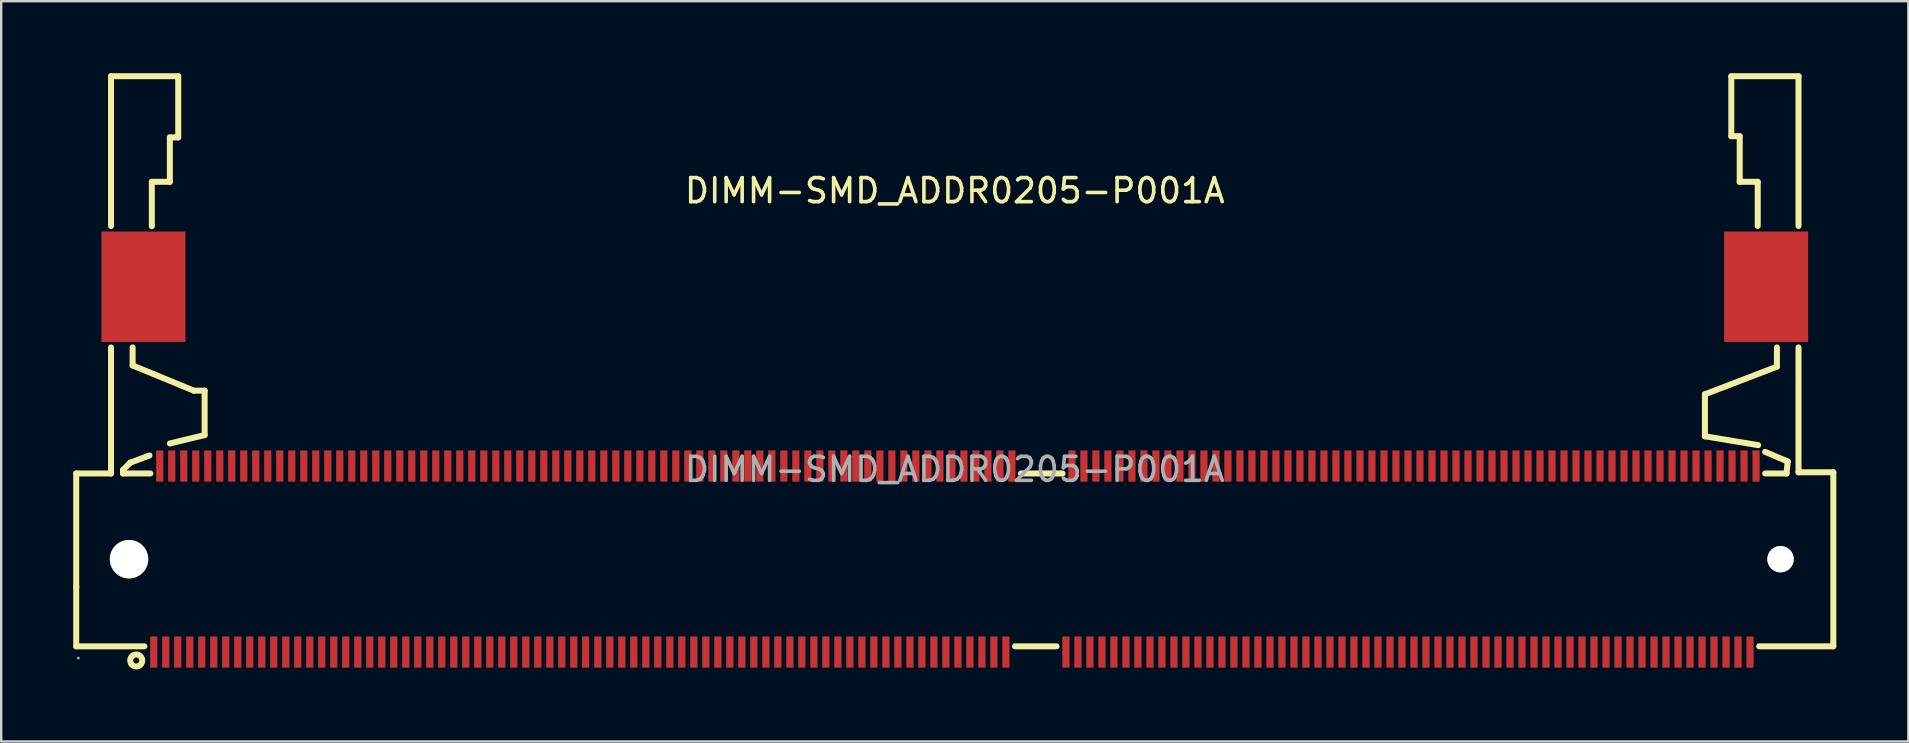
<source format=kicad_pcb>
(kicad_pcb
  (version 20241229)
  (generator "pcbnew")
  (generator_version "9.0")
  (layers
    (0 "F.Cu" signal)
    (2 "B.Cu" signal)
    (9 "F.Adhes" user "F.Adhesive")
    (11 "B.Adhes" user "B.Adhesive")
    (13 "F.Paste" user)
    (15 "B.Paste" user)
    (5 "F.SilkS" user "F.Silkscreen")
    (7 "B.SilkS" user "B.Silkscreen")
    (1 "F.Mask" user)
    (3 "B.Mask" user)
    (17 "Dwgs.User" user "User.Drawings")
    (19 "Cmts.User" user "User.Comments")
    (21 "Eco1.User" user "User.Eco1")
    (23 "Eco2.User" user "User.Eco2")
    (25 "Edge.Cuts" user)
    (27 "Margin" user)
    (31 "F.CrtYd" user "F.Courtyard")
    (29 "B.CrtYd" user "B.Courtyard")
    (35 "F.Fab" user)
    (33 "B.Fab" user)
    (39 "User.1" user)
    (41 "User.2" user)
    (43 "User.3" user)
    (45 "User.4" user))
  (footprint "DIMM-SMD_ADDR0205-P001A"
    (layer "F.Cu")
    (at 36.725 16.505)
    (property "Reference" "DIMM-SMD_ADDR0205-P001A" (at 0 -11.61 0) (layer "F.SilkS") (effects (font (size 1 1) (thickness 0.15))))
    (attr smd)
    (fp_line (start -36.6 0.17) (end -36.6 4.92) (stroke (width 0.25) (type solid)) (layer "F.SilkS"))
    (fp_line (start -36.6 4.87) (end -36.6 7.37) (stroke (width 0.25) (type solid)) (layer "F.SilkS"))
    (fp_line (start -36.6 7.37) (end -33.76 7.37) (stroke (width 0.25) (type solid)) (layer "F.SilkS"))
    (fp_line (start -35.15 -16.38) (end -35.15 -10.14) (stroke (width 0.25) (type solid)) (layer "F.SilkS"))
    (fp_line (start -35.15 -5.08) (end -35.15 0.17) (stroke (width 0.25) (type solid)) (layer "F.SilkS"))
    (fp_line (start -35.15 0.17) (end -36.6 0.17) (stroke (width 0.25) (type solid)) (layer "F.SilkS"))
    (fp_line (start -34.65 0.02) (end -34.35 -0.28) (stroke (width 0.25) (type solid)) (layer "F.SilkS"))
    (fp_line (start -34.65 0.17) (end -34.65 0.02) (stroke (width 0.25) (type solid)) (layer "F.SilkS"))
    (fp_line (start -34.35 -0.28) (end -33.55 -0.58) (stroke (width 0.25) (type solid)) (layer "F.SilkS"))
    (fp_line (start -34.25 -4.33) (end -34.25 -5.08) (stroke (width 0.25) (type solid)) (layer "F.SilkS"))
    (fp_line (start -33.51 0.17) (end -34.65 0.17) (stroke (width 0.25) (type solid)) (layer "F.SilkS"))
    (fp_line (start -33.45 -11.98) (end -32.7 -11.98) (stroke (width 0.25) (type solid)) (layer "F.SilkS"))
    (fp_line (start -33.45 -10.13) (end -33.45 -11.98) (stroke (width 0.25) (type solid)) (layer "F.SilkS"))
    (fp_line (start -32.7 -13.83) (end -32.35 -13.83) (stroke (width 0.25) (type solid)) (layer "F.SilkS"))
    (fp_line (start -32.7 -11.98) (end -32.7 -13.83) (stroke (width 0.25) (type solid)) (layer "F.SilkS"))
    (fp_line (start -32.7 -1.08) (end -31.25 -1.43) (stroke (width 0.25) (type solid)) (layer "F.SilkS"))
    (fp_line (start -32.35 -16.38) (end -35.15 -16.38) (stroke (width 0.25) (type solid)) (layer "F.SilkS"))
    (fp_line (start -32.35 -13.83) (end -32.35 -16.38) (stroke (width 0.25) (type solid)) (layer "F.SilkS"))
    (fp_line (start -31.7 -3.28) (end -34.25 -4.33) (stroke (width 0.25) (type solid)) (layer "F.SilkS"))
    (fp_line (start -31.25 -3.28) (end -31.7 -3.28) (stroke (width 0.25) (type solid)) (layer "F.SilkS"))
    (fp_line (start -31.25 -1.43) (end -31.25 -3.28) (stroke (width 0.25) (type solid)) (layer "F.SilkS"))
    (fp_line (start 2.51 7.37) (end 4.24 7.37) (stroke (width 0.25) (type solid)) (layer "F.SilkS"))
    (fp_line (start 4.49 0.17) (end 2.76 0.17) (stroke (width 0.25) (type solid)) (layer "F.SilkS"))
    (fp_line (start 31.25 -3.13) (end 31.25 -1.38) (stroke (width 0.25) (type solid)) (layer "F.SilkS"))
    (fp_line (start 31.25 -1.38) (end 33.47 -1.01) (stroke (width 0.25) (type solid)) (layer "F.SilkS"))
    (fp_line (start 32.35 -16.38) (end 32.35 -13.88) (stroke (width 0.25) (type solid)) (layer "F.SilkS"))
    (fp_line (start 32.35 -13.88) (end 32.7 -13.88) (stroke (width 0.25) (type solid)) (layer "F.SilkS"))
    (fp_line (start 32.7 -13.88) (end 32.7 -11.98) (stroke (width 0.25) (type solid)) (layer "F.SilkS"))
    (fp_line (start 32.7 -11.98) (end 33.45 -11.98) (stroke (width 0.25) (type solid)) (layer "F.SilkS"))
    (fp_line (start 33.45 -11.98) (end 33.45 -10.14) (stroke (width 0.25) (type solid)) (layer "F.SilkS"))
    (fp_line (start 33.51 7.37) (end 36.6 7.37) (stroke (width 0.25) (type solid)) (layer "F.SilkS"))
    (fp_line (start 33.76 -0.73) (end 34.7 -0.33) (stroke (width 0.25) (type solid)) (layer "F.SilkS"))
    (fp_line (start 34.25 -5.08) (end 34.25 -4.28) (stroke (width 0.25) (type solid)) (layer "F.SilkS"))
    (fp_line (start 34.25 -4.28) (end 31.25 -3.13) (stroke (width 0.25) (type solid)) (layer "F.SilkS"))
    (fp_line (start 34.65 0.17) (end 33.76 0.17) (stroke (width 0.25) (type solid)) (layer "F.SilkS"))
    (fp_line (start 34.7 -0.33) (end 34.65 0.17) (stroke (width 0.25) (type solid)) (layer "F.SilkS"))
    (fp_line (start 35.15 -16.38) (end 32.35 -16.38) (stroke (width 0.25) (type solid)) (layer "F.SilkS"))
    (fp_line (start 35.15 -10.14) (end 35.15 -16.38) (stroke (width 0.25) (type solid)) (layer "F.SilkS"))
    (fp_line (start 35.15 0.12) (end 35.15 -5.08) (stroke (width 0.25) (type solid)) (layer "F.SilkS"))
    (fp_line (start 36.6 0.12) (end 35.15 0.12) (stroke (width 0.25) (type solid)) (layer "F.SilkS"))
    (fp_line (start 36.6 7.37) (end 36.6 0.12) (stroke (width 0.25) (type solid)) (layer "F.SilkS"))
    (fp_circle (center -34.1 7.96) (end -33.85 7.96) (stroke (width 0.25) (type solid)) (fill no) (layer "F.SilkS"))
    (fp_circle (center -34.4 3.74) (end -34.1 3.74) (stroke (width 0.6) (type solid)) (fill no) (layer "Cmts.User"))
    (fp_circle (center 34.4 3.74) (end 34.6 3.74) (stroke (width 0.4) (type solid)) (fill no) (layer "Cmts.User"))
    (fp_circle (center -36.51 7.86) (end -36.48 7.86) (stroke (width 0.06) (type solid)) (fill no) (layer "F.Fab"))
    (fp_text user "${REFERENCE}" (at 0 0 0) (layer "F.Fab") (effects (font (size 1 1) (thickness 0.15))))
    (pad "" thru_hole circle (at -34.4 3.74) (size 1.6 1.6) (drill 1.6) (layers "*.Cu" "*.Mask"))
    (pad "" thru_hole circle (at 34.4 3.74) (size 1.1 1.1) (drill 1.1) (layers "*.Cu" "*.Mask"))
    (pad "1" smd rect (at -33.37 7.61) (size 0.3 1.3) (layers "F.Cu" "F.Mask" "F.Paste"))
    (pad "2" smd rect (at -33.12 -0.14) (size 0.3 1.3) (layers "F.Cu" "F.Mask" "F.Paste"))
    (pad "3" smd rect (at -32.87 7.61) (size 0.3 1.3) (layers "F.Cu" "F.Mask" "F.Paste"))
    (pad "4" smd rect (at -32.62 -0.14) (size 0.3 1.3) (layers "F.Cu" "F.Mask" "F.Paste"))
    (pad "5" smd rect (at -32.37 7.61) (size 0.3 1.3) (layers "F.Cu" "F.Mask" "F.Paste"))
    (pad "6" smd rect (at -32.12 -0.14) (size 0.3 1.3) (layers "F.Cu" "F.Mask" "F.Paste"))
    (pad "7" smd rect (at -31.87 7.61) (size 0.3 1.3) (layers "F.Cu" "F.Mask" "F.Paste"))
    (pad "8" smd rect (at -31.62 -0.14) (size 0.3 1.3) (layers "F.Cu" "F.Mask" "F.Paste"))
    (pad "9" smd rect (at -31.37 7.61) (size 0.3 1.3) (layers "F.Cu" "F.Mask" "F.Paste"))
    (pad "10" smd rect (at -31.12 -0.14) (size 0.3 1.3) (layers "F.Cu" "F.Mask" "F.Paste"))
    (pad "11" smd rect (at -30.87 7.61) (size 0.3 1.3) (layers "F.Cu" "F.Mask" "F.Paste"))
    (pad "12" smd rect (at -30.62 -0.14) (size 0.3 1.3) (layers "F.Cu" "F.Mask" "F.Paste"))
    (pad "13" smd rect (at -30.37 7.61) (size 0.3 1.3) (layers "F.Cu" "F.Mask" "F.Paste"))
    (pad "14" smd rect (at -30.12 -0.14) (size 0.3 1.3) (layers "F.Cu" "F.Mask" "F.Paste"))
    (pad "15" smd rect (at -29.87 7.61) (size 0.3 1.3) (layers "F.Cu" "F.Mask" "F.Paste"))
    (pad "16" smd rect (at -29.62 -0.14) (size 0.3 1.3) (layers "F.Cu" "F.Mask" "F.Paste"))
    (pad "17" smd rect (at -29.37 7.61) (size 0.3 1.3) (layers "F.Cu" "F.Mask" "F.Paste"))
    (pad "18" smd rect (at -29.12 -0.14) (size 0.3 1.3) (layers "F.Cu" "F.Mask" "F.Paste"))
    (pad "19" smd rect (at -28.87 7.61) (size 0.3 1.3) (layers "F.Cu" "F.Mask" "F.Paste"))
    (pad "20" smd rect (at -28.62 -0.14) (size 0.3 1.3) (layers "F.Cu" "F.Mask" "F.Paste"))
    (pad "21" smd rect (at -28.37 7.61) (size 0.3 1.3) (layers "F.Cu" "F.Mask" "F.Paste"))
    (pad "22" smd rect (at -28.12 -0.14) (size 0.3 1.3) (layers "F.Cu" "F.Mask" "F.Paste"))
    (pad "23" smd rect (at -27.87 7.61) (size 0.3 1.3) (layers "F.Cu" "F.Mask" "F.Paste"))
    (pad "24" smd rect (at -27.62 -0.14) (size 0.3 1.3) (layers "F.Cu" "F.Mask" "F.Paste"))
    (pad "25" smd rect (at -27.37 7.61) (size 0.3 1.3) (layers "F.Cu" "F.Mask" "F.Paste"))
    (pad "26" smd rect (at -27.12 -0.14) (size 0.3 1.3) (layers "F.Cu" "F.Mask" "F.Paste"))
    (pad "27" smd rect (at -26.87 7.61) (size 0.3 1.3) (layers "F.Cu" "F.Mask" "F.Paste"))
    (pad "28" smd rect (at -26.62 -0.14) (size 0.3 1.3) (layers "F.Cu" "F.Mask" "F.Paste"))
    (pad "29" smd rect (at -26.37 7.61) (size 0.3 1.3) (layers "F.Cu" "F.Mask" "F.Paste"))
    (pad "30" smd rect (at -26.12 -0.14) (size 0.3 1.3) (layers "F.Cu" "F.Mask" "F.Paste"))
    (pad "31" smd rect (at -25.87 7.61) (size 0.3 1.3) (layers "F.Cu" "F.Mask" "F.Paste"))
    (pad "32" smd rect (at -25.62 -0.14) (size 0.3 1.3) (layers "F.Cu" "F.Mask" "F.Paste"))
    (pad "33" smd rect (at -25.37 7.61) (size 0.3 1.3) (layers "F.Cu" "F.Mask" "F.Paste"))
    (pad "34" smd rect (at -25.12 -0.14) (size 0.3 1.3) (layers "F.Cu" "F.Mask" "F.Paste"))
    (pad "35" smd rect (at -24.87 7.61) (size 0.3 1.3) (layers "F.Cu" "F.Mask" "F.Paste"))
    (pad "36" smd rect (at -24.62 -0.14) (size 0.3 1.3) (layers "F.Cu" "F.Mask" "F.Paste"))
    (pad "37" smd rect (at -24.37 7.61) (size 0.3 1.3) (layers "F.Cu" "F.Mask" "F.Paste"))
    (pad "38" smd rect (at -24.12 -0.14) (size 0.3 1.3) (layers "F.Cu" "F.Mask" "F.Paste"))
    (pad "39" smd rect (at -23.87 7.61) (size 0.3 1.3) (layers "F.Cu" "F.Mask" "F.Paste"))
    (pad "40" smd rect (at -23.62 -0.14) (size 0.3 1.3) (layers "F.Cu" "F.Mask" "F.Paste"))
    (pad "41" smd rect (at -23.37 7.61) (size 0.3 1.3) (layers "F.Cu" "F.Mask" "F.Paste"))
    (pad "42" smd rect (at -23.12 -0.14) (size 0.3 1.3) (layers "F.Cu" "F.Mask" "F.Paste"))
    (pad "43" smd rect (at -22.87 7.61) (size 0.3 1.3) (layers "F.Cu" "F.Mask" "F.Paste"))
    (pad "44" smd rect (at -22.62 -0.14) (size 0.3 1.3) (layers "F.Cu" "F.Mask" "F.Paste"))
    (pad "45" smd rect (at -22.37 7.61) (size 0.3 1.3) (layers "F.Cu" "F.Mask" "F.Paste"))
    (pad "46" smd rect (at -22.12 -0.14) (size 0.3 1.3) (layers "F.Cu" "F.Mask" "F.Paste"))
    (pad "47" smd rect (at -21.87 7.61) (size 0.3 1.3) (layers "F.Cu" "F.Mask" "F.Paste"))
    (pad "48" smd rect (at -21.62 -0.14) (size 0.3 1.3) (layers "F.Cu" "F.Mask" "F.Paste"))
    (pad "49" smd rect (at -21.37 7.61) (size 0.3 1.3) (layers "F.Cu" "F.Mask" "F.Paste"))
    (pad "50" smd rect (at -21.12 -0.14) (size 0.3 1.3) (layers "F.Cu" "F.Mask" "F.Paste"))
    (pad "51" smd rect (at -20.87 7.61) (size 0.3 1.3) (layers "F.Cu" "F.Mask" "F.Paste"))
    (pad "52" smd rect (at -20.62 -0.14) (size 0.3 1.3) (layers "F.Cu" "F.Mask" "F.Paste"))
    (pad "53" smd rect (at -20.37 7.61) (size 0.3 1.3) (layers "F.Cu" "F.Mask" "F.Paste"))
    (pad "54" smd rect (at -20.12 -0.14) (size 0.3 1.3) (layers "F.Cu" "F.Mask" "F.Paste"))
    (pad "55" smd rect (at -19.87 7.61) (size 0.3 1.3) (layers "F.Cu" "F.Mask" "F.Paste"))
    (pad "56" smd rect (at -19.62 -0.14) (size 0.3 1.3) (layers "F.Cu" "F.Mask" "F.Paste"))
    (pad "57" smd rect (at -19.37 7.61) (size 0.3 1.3) (layers "F.Cu" "F.Mask" "F.Paste"))
    (pad "58" smd rect (at -19.12 -0.14) (size 0.3 1.3) (layers "F.Cu" "F.Mask" "F.Paste"))
    (pad "59" smd rect (at -18.87 7.61) (size 0.3 1.3) (layers "F.Cu" "F.Mask" "F.Paste"))
    (pad "60" smd rect (at -18.62 -0.14) (size 0.3 1.3) (layers "F.Cu" "F.Mask" "F.Paste"))
    (pad "61" smd rect (at -18.37 7.61) (size 0.3 1.3) (layers "F.Cu" "F.Mask" "F.Paste"))
    (pad "62" smd rect (at -18.12 -0.14) (size 0.3 1.3) (layers "F.Cu" "F.Mask" "F.Paste"))
    (pad "63" smd rect (at -17.87 7.61) (size 0.3 1.3) (layers "F.Cu" "F.Mask" "F.Paste"))
    (pad "64" smd rect (at -17.62 -0.14) (size 0.3 1.3) (layers "F.Cu" "F.Mask" "F.Paste"))
    (pad "65" smd rect (at -17.37 7.61) (size 0.3 1.3) (layers "F.Cu" "F.Mask" "F.Paste"))
    (pad "66" smd rect (at -17.12 -0.14) (size 0.3 1.3) (layers "F.Cu" "F.Mask" "F.Paste"))
    (pad "67" smd rect (at -16.87 7.61) (size 0.3 1.3) (layers "F.Cu" "F.Mask" "F.Paste"))
    (pad "68" smd rect (at -16.62 -0.14) (size 0.3 1.3) (layers "F.Cu" "F.Mask" "F.Paste"))
    (pad "69" smd rect (at -16.37 7.61) (size 0.3 1.3) (layers "F.Cu" "F.Mask" "F.Paste"))
    (pad "70" smd rect (at -16.12 -0.14) (size 0.3 1.3) (layers "F.Cu" "F.Mask" "F.Paste"))
    (pad "71" smd rect (at -15.87 7.61) (size 0.3 1.3) (layers "F.Cu" "F.Mask" "F.Paste"))
    (pad "72" smd rect (at -15.62 -0.14) (size 0.3 1.3) (layers "F.Cu" "F.Mask" "F.Paste"))
    (pad "73" smd rect (at -15.38 7.61) (size 0.3 1.3) (layers "F.Cu" "F.Mask" "F.Paste"))
    (pad "74" smd rect (at -15.12 -0.14) (size 0.3 1.3) (layers "F.Cu" "F.Mask" "F.Paste"))
    (pad "75" smd rect (at -14.87 7.61) (size 0.3 1.3) (layers "F.Cu" "F.Mask" "F.Paste"))
    (pad "76" smd rect (at -14.62 -0.14) (size 0.3 1.3) (layers "F.Cu" "F.Mask" "F.Paste"))
    (pad "77" smd rect (at -14.37 7.61) (size 0.3 1.3) (layers "F.Cu" "F.Mask" "F.Paste"))
    (pad "78" smd rect (at -14.12 -0.14) (size 0.3 1.3) (layers "F.Cu" "F.Mask" "F.Paste"))
    (pad "79" smd rect (at -13.87 7.61) (size 0.3 1.3) (layers "F.Cu" "F.Mask" "F.Paste"))
    (pad "80" smd rect (at -13.62 -0.14) (size 0.3 1.3) (layers "F.Cu" "F.Mask" "F.Paste"))
    (pad "81" smd rect (at -13.37 7.61) (size 0.3 1.3) (layers "F.Cu" "F.Mask" "F.Paste"))
    (pad "82" smd rect (at -13.12 -0.14) (size 0.3 1.3) (layers "F.Cu" "F.Mask" "F.Paste"))
    (pad "83" smd rect (at -12.87 7.61) (size 0.3 1.3) (layers "F.Cu" "F.Mask" "F.Paste"))
    (pad "84" smd rect (at -12.62 -0.14) (size 0.3 1.3) (layers "F.Cu" "F.Mask" "F.Paste"))
    (pad "85" smd rect (at -12.37 7.61) (size 0.3 1.3) (layers "F.Cu" "F.Mask" "F.Paste"))
    (pad "86" smd rect (at -12.12 -0.14) (size 0.3 1.3) (layers "F.Cu" "F.Mask" "F.Paste"))
    (pad "87" smd rect (at -11.87 7.61) (size 0.3 1.3) (layers "F.Cu" "F.Mask" "F.Paste"))
    (pad "88" smd rect (at -11.62 -0.14) (size 0.3 1.3) (layers "F.Cu" "F.Mask" "F.Paste"))
    (pad "89" smd rect (at -11.37 7.61) (size 0.3 1.3) (layers "F.Cu" "F.Mask" "F.Paste"))
    (pad "90" smd rect (at -11.12 -0.14) (size 0.3 1.3) (layers "F.Cu" "F.Mask" "F.Paste"))
    (pad "91" smd rect (at -10.87 7.61) (size 0.3 1.3) (layers "F.Cu" "F.Mask" "F.Paste"))
    (pad "92" smd rect (at -10.62 -0.14) (size 0.3 1.3) (layers "F.Cu" "F.Mask" "F.Paste"))
    (pad "93" smd rect (at -10.37 7.61) (size 0.3 1.3) (layers "F.Cu" "F.Mask" "F.Paste"))
    (pad "94" smd rect (at -10.12 -0.14) (size 0.3 1.3) (layers "F.Cu" "F.Mask" "F.Paste"))
    (pad "95" smd rect (at -9.87 7.61) (size 0.3 1.3) (layers "F.Cu" "F.Mask" "F.Paste"))
    (pad "96" smd rect (at -9.62 -0.14) (size 0.3 1.3) (layers "F.Cu" "F.Mask" "F.Paste"))
    (pad "97" smd rect (at -9.37 7.61) (size 0.3 1.3) (layers "F.Cu" "F.Mask" "F.Paste"))
    (pad "98" smd rect (at -9.12 -0.14) (size 0.3 1.3) (layers "F.Cu" "F.Mask" "F.Paste"))
    (pad "99" smd rect (at -8.87 7.61) (size 0.3 1.3) (layers "F.Cu" "F.Mask" "F.Paste"))
    (pad "100" smd rect (at -8.62 -0.14) (size 0.3 1.3) (layers "F.Cu" "F.Mask" "F.Paste"))
    (pad "101" smd rect (at -8.37 7.61) (size 0.3 1.3) (layers "F.Cu" "F.Mask" "F.Paste"))
    (pad "102" smd rect (at -8.12 -0.14) (size 0.3 1.3) (layers "F.Cu" "F.Mask" "F.Paste"))
    (pad "103" smd rect (at -7.87 7.61) (size 0.3 1.3) (layers "F.Cu" "F.Mask" "F.Paste"))
    (pad "104" smd rect (at -7.62 -0.14) (size 0.3 1.3) (layers "F.Cu" "F.Mask" "F.Paste"))
    (pad "105" smd rect (at -7.37 7.61) (size 0.3 1.3) (layers "F.Cu" "F.Mask" "F.Paste"))
    (pad "106" smd rect (at -7.12 -0.14) (size 0.3 1.3) (layers "F.Cu" "F.Mask" "F.Paste"))
    (pad "107" smd rect (at -6.87 7.61) (size 0.3 1.3) (layers "F.Cu" "F.Mask" "F.Paste"))
    (pad "108" smd rect (at -6.62 -0.14) (size 0.3 1.3) (layers "F.Cu" "F.Mask" "F.Paste"))
    (pad "109" smd rect (at -6.37 7.61) (size 0.3 1.3) (layers "F.Cu" "F.Mask" "F.Paste"))
    (pad "110" smd rect (at -6.12 -0.14) (size 0.3 1.3) (layers "F.Cu" "F.Mask" "F.Paste"))
    (pad "111" smd rect (at -5.87 7.61) (size 0.3 1.3) (layers "F.Cu" "F.Mask" "F.Paste"))
    (pad "112" smd rect (at -5.62 -0.14) (size 0.3 1.3) (layers "F.Cu" "F.Mask" "F.Paste"))
    (pad "113" smd rect (at -5.37 7.61) (size 0.3 1.3) (layers "F.Cu" "F.Mask" "F.Paste"))
    (pad "114" smd rect (at -5.12 -0.14) (size 0.3 1.3) (layers "F.Cu" "F.Mask" "F.Paste"))
    (pad "115" smd rect (at -4.87 7.61) (size 0.3 1.3) (layers "F.Cu" "F.Mask" "F.Paste"))
    (pad "116" smd rect (at -4.62 -0.14) (size 0.3 1.3) (layers "F.Cu" "F.Mask" "F.Paste"))
    (pad "117" smd rect (at -4.37 7.61) (size 0.3 1.3) (layers "F.Cu" "F.Mask" "F.Paste"))
    (pad "118" smd rect (at -4.12 -0.14) (size 0.3 1.3) (layers "F.Cu" "F.Mask" "F.Paste"))
    (pad "119" smd rect (at -3.87 7.61) (size 0.3 1.3) (layers "F.Cu" "F.Mask" "F.Paste"))
    (pad "120" smd rect (at -3.62 -0.14) (size 0.3 1.3) (layers "F.Cu" "F.Mask" "F.Paste"))
    (pad "121" smd rect (at -3.37 7.61) (size 0.3 1.3) (layers "F.Cu" "F.Mask" "F.Paste"))
    (pad "122" smd rect (at -3.12 -0.14) (size 0.3 1.3) (layers "F.Cu" "F.Mask" "F.Paste"))
    (pad "123" smd rect (at -2.87 7.61) (size 0.3 1.3) (layers "F.Cu" "F.Mask" "F.Paste"))
    (pad "124" smd rect (at -2.62 -0.14) (size 0.3 1.3) (layers "F.Cu" "F.Mask" "F.Paste"))
    (pad "125" smd rect (at -2.37 7.61) (size 0.3 1.3) (layers "F.Cu" "F.Mask" "F.Paste"))
    (pad "126" smd rect (at -2.12 -0.14) (size 0.3 1.3) (layers "F.Cu" "F.Mask" "F.Paste"))
    (pad "127" smd rect (at -1.87 7.61) (size 0.3 1.3) (layers "F.Cu" "F.Mask" "F.Paste"))
    (pad "128" smd rect (at -1.62 -0.14) (size 0.3 1.3) (layers "F.Cu" "F.Mask" "F.Paste"))
    (pad "129" smd rect (at -1.37 7.61) (size 0.3 1.3) (layers "F.Cu" "F.Mask" "F.Paste"))
    (pad "130" smd rect (at -1.12 -0.14) (size 0.3 1.3) (layers "F.Cu" "F.Mask" "F.Paste"))
    (pad "131" smd rect (at -0.87 7.61) (size 0.3 1.3) (layers "F.Cu" "F.Mask" "F.Paste"))
    (pad "132" smd rect (at -0.62 -0.14) (size 0.3 1.3) (layers "F.Cu" "F.Mask" "F.Paste"))
    (pad "133" smd rect (at -0.37 7.61) (size 0.3 1.3) (layers "F.Cu" "F.Mask" "F.Paste"))
    (pad "134" smd rect (at -0.12 -0.14) (size 0.3 1.3) (layers "F.Cu" "F.Mask" "F.Paste"))
    (pad "135" smd rect (at 0.13 7.61) (size 0.3 1.3) (layers "F.Cu" "F.Mask" "F.Paste"))
    (pad "136" smd rect (at 0.38 -0.14) (size 0.3 1.3) (layers "F.Cu" "F.Mask" "F.Paste"))
    (pad "137" smd rect (at 0.63 7.61) (size 0.3 1.3) (layers "F.Cu" "F.Mask" "F.Paste"))
    (pad "138" smd rect (at 0.88 -0.14) (size 0.3 1.3) (layers "F.Cu" "F.Mask" "F.Paste"))
    (pad "139" smd rect (at 1.13 7.61) (size 0.3 1.3) (layers "F.Cu" "F.Mask" "F.Paste"))
    (pad "140" smd rect (at 1.38 -0.14) (size 0.3 1.3) (layers "F.Cu" "F.Mask" "F.Paste"))
    (pad "141" smd rect (at 1.63 7.61) (size 0.3 1.3) (layers "F.Cu" "F.Mask" "F.Paste"))
    (pad "142" smd rect (at 1.88 -0.14) (size 0.3 1.3) (layers "F.Cu" "F.Mask" "F.Paste"))
    (pad "143" smd rect (at 2.13 7.61) (size 0.3 1.3) (layers "F.Cu" "F.Mask" "F.Paste"))
    (pad "144" smd rect (at 2.38 -0.14) (size 0.3 1.3) (layers "F.Cu" "F.Mask" "F.Paste"))
    (pad "145" smd rect (at 4.63 7.61) (size 0.3 1.3) (layers "F.Cu" "F.Mask" "F.Paste"))
    (pad "146" smd rect (at 4.88 -0.14) (size 0.3 1.3) (layers "F.Cu" "F.Mask" "F.Paste"))
    (pad "147" smd rect (at 5.13 7.61) (size 0.3 1.3) (layers "F.Cu" "F.Mask" "F.Paste"))
    (pad "148" smd rect (at 5.38 -0.14) (size 0.3 1.3) (layers "F.Cu" "F.Mask" "F.Paste"))
    (pad "149" smd rect (at 5.63 7.61) (size 0.3 1.3) (layers "F.Cu" "F.Mask" "F.Paste"))
    (pad "150" smd rect (at 5.88 -0.14) (size 0.3 1.3) (layers "F.Cu" "F.Mask" "F.Paste"))
    (pad "151" smd rect (at 6.13 7.61) (size 0.3 1.3) (layers "F.Cu" "F.Mask" "F.Paste"))
    (pad "152" smd rect (at 6.38 -0.14) (size 0.3 1.3) (layers "F.Cu" "F.Mask" "F.Paste"))
    (pad "153" smd rect (at 6.63 7.61) (size 0.3 1.3) (layers "F.Cu" "F.Mask" "F.Paste"))
    (pad "154" smd rect (at 6.88 -0.14) (size 0.3 1.3) (layers "F.Cu" "F.Mask" "F.Paste"))
    (pad "155" smd rect (at 7.13 7.61) (size 0.3 1.3) (layers "F.Cu" "F.Mask" "F.Paste"))
    (pad "156" smd rect (at 7.38 -0.14) (size 0.3 1.3) (layers "F.Cu" "F.Mask" "F.Paste"))
    (pad "157" smd rect (at 7.63 7.61) (size 0.3 1.3) (layers "F.Cu" "F.Mask" "F.Paste"))
    (pad "158" smd rect (at 7.88 -0.14) (size 0.3 1.3) (layers "F.Cu" "F.Mask" "F.Paste"))
    (pad "159" smd rect (at 8.13 7.61) (size 0.3 1.3) (layers "F.Cu" "F.Mask" "F.Paste"))
    (pad "160" smd rect (at 8.38 -0.14) (size 0.3 1.3) (layers "F.Cu" "F.Mask" "F.Paste"))
    (pad "161" smd rect (at 8.63 7.61) (size 0.3 1.3) (layers "F.Cu" "F.Mask" "F.Paste"))
    (pad "162" smd rect (at 8.88 -0.14) (size 0.3 1.3) (layers "F.Cu" "F.Mask" "F.Paste"))
    (pad "163" smd rect (at 9.13 7.61) (size 0.3 1.3) (layers "F.Cu" "F.Mask" "F.Paste"))
    (pad "164" smd rect (at 9.38 -0.14) (size 0.3 1.3) (layers "F.Cu" "F.Mask" "F.Paste"))
    (pad "165" smd rect (at 9.63 7.61) (size 0.3 1.3) (layers "F.Cu" "F.Mask" "F.Paste"))
    (pad "166" smd rect (at 9.88 -0.14) (size 0.3 1.3) (layers "F.Cu" "F.Mask" "F.Paste"))
    (pad "167" smd rect (at 10.13 7.61) (size 0.3 1.3) (layers "F.Cu" "F.Mask" "F.Paste"))
    (pad "168" smd rect (at 10.38 -0.14) (size 0.3 1.3) (layers "F.Cu" "F.Mask" "F.Paste"))
    (pad "169" smd rect (at 10.63 7.61) (size 0.3 1.3) (layers "F.Cu" "F.Mask" "F.Paste"))
    (pad "170" smd rect (at 10.88 -0.14) (size 0.3 1.3) (layers "F.Cu" "F.Mask" "F.Paste"))
    (pad "171" smd rect (at 11.13 7.61) (size 0.3 1.3) (layers "F.Cu" "F.Mask" "F.Paste"))
    (pad "172" smd rect (at 11.38 -0.14) (size 0.3 1.3) (layers "F.Cu" "F.Mask" "F.Paste"))
    (pad "173" smd rect (at 11.63 7.61) (size 0.3 1.3) (layers "F.Cu" "F.Mask" "F.Paste"))
    (pad "174" smd rect (at 11.88 -0.14) (size 0.3 1.3) (layers "F.Cu" "F.Mask" "F.Paste"))
    (pad "175" smd rect (at 12.13 7.61) (size 0.3 1.3) (layers "F.Cu" "F.Mask" "F.Paste"))
    (pad "176" smd rect (at 12.38 -0.14) (size 0.3 1.3) (layers "F.Cu" "F.Mask" "F.Paste"))
    (pad "177" smd rect (at 12.63 7.61) (size 0.3 1.3) (layers "F.Cu" "F.Mask" "F.Paste"))
    (pad "178" smd rect (at 12.88 -0.14) (size 0.3 1.3) (layers "F.Cu" "F.Mask" "F.Paste"))
    (pad "179" smd rect (at 13.13 7.61) (size 0.3 1.3) (layers "F.Cu" "F.Mask" "F.Paste"))
    (pad "180" smd rect (at 13.38 -0.14) (size 0.3 1.3) (layers "F.Cu" "F.Mask" "F.Paste"))
    (pad "181" smd rect (at 13.63 7.61) (size 0.3 1.3) (layers "F.Cu" "F.Mask" "F.Paste"))
    (pad "182" smd rect (at 13.88 -0.14) (size 0.3 1.3) (layers "F.Cu" "F.Mask" "F.Paste"))
    (pad "183" smd rect (at 14.13 7.61) (size 0.3 1.3) (layers "F.Cu" "F.Mask" "F.Paste"))
    (pad "184" smd rect (at 14.38 -0.14) (size 0.3 1.3) (layers "F.Cu" "F.Mask" "F.Paste"))
    (pad "185" smd rect (at 14.63 7.61) (size 0.3 1.3) (layers "F.Cu" "F.Mask" "F.Paste"))
    (pad "186" smd rect (at 14.88 -0.14) (size 0.3 1.3) (layers "F.Cu" "F.Mask" "F.Paste"))
    (pad "187" smd rect (at 15.13 7.61) (size 0.3 1.3) (layers "F.Cu" "F.Mask" "F.Paste"))
    (pad "188" smd rect (at 15.38 -0.14) (size 0.3 1.3) (layers "F.Cu" "F.Mask" "F.Paste"))
    (pad "189" smd rect (at 15.63 7.61) (size 0.3 1.3) (layers "F.Cu" "F.Mask" "F.Paste"))
    (pad "190" smd rect (at 15.88 -0.14) (size 0.3 1.3) (layers "F.Cu" "F.Mask" "F.Paste"))
    (pad "191" smd rect (at 16.13 7.61) (size 0.3 1.3) (layers "F.Cu" "F.Mask" "F.Paste"))
    (pad "192" smd rect (at 16.38 -0.14) (size 0.3 1.3) (layers "F.Cu" "F.Mask" "F.Paste"))
    (pad "193" smd rect (at 16.63 7.61) (size 0.3 1.3) (layers "F.Cu" "F.Mask" "F.Paste"))
    (pad "194" smd rect (at 16.88 -0.14) (size 0.3 1.3) (layers "F.Cu" "F.Mask" "F.Paste"))
    (pad "195" smd rect (at 17.13 7.61) (size 0.3 1.3) (layers "F.Cu" "F.Mask" "F.Paste"))
    (pad "196" smd rect (at 17.38 -0.14) (size 0.3 1.3) (layers "F.Cu" "F.Mask" "F.Paste"))
    (pad "197" smd rect (at 17.63 7.61) (size 0.3 1.3) (layers "F.Cu" "F.Mask" "F.Paste"))
    (pad "198" smd rect (at 17.88 -0.14) (size 0.3 1.3) (layers "F.Cu" "F.Mask" "F.Paste"))
    (pad "199" smd rect (at 18.13 7.61) (size 0.3 1.3) (layers "F.Cu" "F.Mask" "F.Paste"))
    (pad "200" smd rect (at 18.38 -0.14) (size 0.3 1.3) (layers "F.Cu" "F.Mask" "F.Paste"))
    (pad "201" smd rect (at 18.63 7.61) (size 0.3 1.3) (layers "F.Cu" "F.Mask" "F.Paste"))
    (pad "202" smd rect (at 18.88 -0.14) (size 0.3 1.3) (layers "F.Cu" "F.Mask" "F.Paste"))
    (pad "203" smd rect (at 19.13 7.61) (size 0.3 1.3) (layers "F.Cu" "F.Mask" "F.Paste"))
    (pad "204" smd rect (at 19.38 -0.14) (size 0.3 1.3) (layers "F.Cu" "F.Mask" "F.Paste"))
    (pad "205" smd rect (at 19.63 7.61) (size 0.3 1.3) (layers "F.Cu" "F.Mask" "F.Paste"))
    (pad "206" smd rect (at 19.88 -0.14) (size 0.3 1.3) (layers "F.Cu" "F.Mask" "F.Paste"))
    (pad "207" smd rect (at 20.13 7.61) (size 0.3 1.3) (layers "F.Cu" "F.Mask" "F.Paste"))
    (pad "208" smd rect (at 20.38 -0.14) (size 0.3 1.3) (layers "F.Cu" "F.Mask" "F.Paste"))
    (pad "209" smd rect (at 20.63 7.61) (size 0.3 1.3) (layers "F.Cu" "F.Mask" "F.Paste"))
    (pad "210" smd rect (at 20.88 -0.14) (size 0.3 1.3) (layers "F.Cu" "F.Mask" "F.Paste"))
    (pad "211" smd rect (at 21.13 7.61) (size 0.3 1.3) (layers "F.Cu" "F.Mask" "F.Paste"))
    (pad "212" smd rect (at 21.38 -0.14) (size 0.3 1.3) (layers "F.Cu" "F.Mask" "F.Paste"))
    (pad "213" smd rect (at 21.63 7.61) (size 0.3 1.3) (layers "F.Cu" "F.Mask" "F.Paste"))
    (pad "214" smd rect (at 21.88 -0.14) (size 0.3 1.3) (layers "F.Cu" "F.Mask" "F.Paste"))
    (pad "215" smd rect (at 22.13 7.61) (size 0.3 1.3) (layers "F.Cu" "F.Mask" "F.Paste"))
    (pad "216" smd rect (at 22.38 -0.14) (size 0.3 1.3) (layers "F.Cu" "F.Mask" "F.Paste"))
    (pad "217" smd rect (at 22.63 7.61) (size 0.3 1.3) (layers "F.Cu" "F.Mask" "F.Paste"))
    (pad "218" smd rect (at 22.88 -0.14) (size 0.3 1.3) (layers "F.Cu" "F.Mask" "F.Paste"))
    (pad "219" smd rect (at 23.13 7.61) (size 0.3 1.3) (layers "F.Cu" "F.Mask" "F.Paste"))
    (pad "220" smd rect (at 23.38 -0.14) (size 0.3 1.3) (layers "F.Cu" "F.Mask" "F.Paste"))
    (pad "221" smd rect (at 23.63 7.61) (size 0.3 1.3) (layers "F.Cu" "F.Mask" "F.Paste"))
    (pad "222" smd rect (at 23.88 -0.14) (size 0.3 1.3) (layers "F.Cu" "F.Mask" "F.Paste"))
    (pad "223" smd rect (at 24.13 7.61) (size 0.3 1.3) (layers "F.Cu" "F.Mask" "F.Paste"))
    (pad "224" smd rect (at 24.38 -0.14) (size 0.3 1.3) (layers "F.Cu" "F.Mask" "F.Paste"))
    (pad "225" smd rect (at 24.63 7.61) (size 0.3 1.3) (layers "F.Cu" "F.Mask" "F.Paste"))
    (pad "226" smd rect (at 24.88 -0.14) (size 0.3 1.3) (layers "F.Cu" "F.Mask" "F.Paste"))
    (pad "227" smd rect (at 25.13 7.61) (size 0.3 1.3) (layers "F.Cu" "F.Mask" "F.Paste"))
    (pad "228" smd rect (at 25.38 -0.14) (size 0.3 1.3) (layers "F.Cu" "F.Mask" "F.Paste"))
    (pad "229" smd rect (at 25.63 7.61) (size 0.3 1.3) (layers "F.Cu" "F.Mask" "F.Paste"))
    (pad "230" smd rect (at 25.88 -0.14) (size 0.3 1.3) (layers "F.Cu" "F.Mask" "F.Paste"))
    (pad "231" smd rect (at 26.13 7.61) (size 0.3 1.3) (layers "F.Cu" "F.Mask" "F.Paste"))
    (pad "232" smd rect (at 26.38 -0.14) (size 0.3 1.3) (layers "F.Cu" "F.Mask" "F.Paste"))
    (pad "233" smd rect (at 26.63 7.61) (size 0.3 1.3) (layers "F.Cu" "F.Mask" "F.Paste"))
    (pad "234" smd rect (at 26.88 -0.14) (size 0.3 1.3) (layers "F.Cu" "F.Mask" "F.Paste"))
    (pad "235" smd rect (at 27.13 7.61) (size 0.3 1.3) (layers "F.Cu" "F.Mask" "F.Paste"))
    (pad "236" smd rect (at 27.38 -0.14) (size 0.3 1.3) (layers "F.Cu" "F.Mask" "F.Paste"))
    (pad "237" smd rect (at 27.63 7.61) (size 0.3 1.3) (layers "F.Cu" "F.Mask" "F.Paste"))
    (pad "238" smd rect (at 27.88 -0.14) (size 0.3 1.3) (layers "F.Cu" "F.Mask" "F.Paste"))
    (pad "239" smd rect (at 28.13 7.61) (size 0.3 1.3) (layers "F.Cu" "F.Mask" "F.Paste"))
    (pad "240" smd rect (at 28.38 -0.14) (size 0.3 1.3) (layers "F.Cu" "F.Mask" "F.Paste"))
    (pad "241" smd rect (at 28.63 7.61) (size 0.3 1.3) (layers "F.Cu" "F.Mask" "F.Paste"))
    (pad "242" smd rect (at 28.88 -0.14) (size 0.3 1.3) (layers "F.Cu" "F.Mask" "F.Paste"))
    (pad "243" smd rect (at 29.13 7.61) (size 0.3 1.3) (layers "F.Cu" "F.Mask" "F.Paste"))
    (pad "244" smd rect (at 29.38 -0.14) (size 0.3 1.3) (layers "F.Cu" "F.Mask" "F.Paste"))
    (pad "245" smd rect (at 29.63 7.61) (size 0.3 1.3) (layers "F.Cu" "F.Mask" "F.Paste"))
    (pad "246" smd rect (at 29.88 -0.14) (size 0.3 1.3) (layers "F.Cu" "F.Mask" "F.Paste"))
    (pad "247" smd rect (at 30.13 7.61) (size 0.3 1.3) (layers "F.Cu" "F.Mask" "F.Paste"))
    (pad "248" smd rect (at 30.38 -0.14) (size 0.3 1.3) (layers "F.Cu" "F.Mask" "F.Paste"))
    (pad "249" smd rect (at 30.63 7.61) (size 0.3 1.3) (layers "F.Cu" "F.Mask" "F.Paste"))
    (pad "250" smd rect (at 30.88 -0.14) (size 0.3 1.3) (layers "F.Cu" "F.Mask" "F.Paste"))
    (pad "251" smd rect (at 31.13 7.61) (size 0.3 1.3) (layers "F.Cu" "F.Mask" "F.Paste"))
    (pad "252" smd rect (at 31.38 -0.14) (size 0.3 1.3) (layers "F.Cu" "F.Mask" "F.Paste"))
    (pad "253" smd rect (at 31.63 7.61) (size 0.3 1.3) (layers "F.Cu" "F.Mask" "F.Paste"))
    (pad "254" smd rect (at 31.88 -0.14) (size 0.3 1.3) (layers "F.Cu" "F.Mask" "F.Paste"))
    (pad "255" smd rect (at 32.13 7.61) (size 0.3 1.3) (layers "F.Cu" "F.Mask" "F.Paste"))
    (pad "256" smd rect (at 32.38 -0.14) (size 0.3 1.3) (layers "F.Cu" "F.Mask" "F.Paste"))
    (pad "257" smd rect (at 32.63 7.61) (size 0.3 1.3) (layers "F.Cu" "F.Mask" "F.Paste"))
    (pad "258" smd rect (at 32.88 -0.14) (size 0.3 1.3) (layers "F.Cu" "F.Mask" "F.Paste"))
    (pad "259" smd rect (at 33.13 7.61) (size 0.3 1.3) (layers "F.Cu" "F.Mask" "F.Paste"))
    (pad "260" smd rect (at 33.38 -0.14) (size 0.3 1.3) (layers "F.Cu" "F.Mask" "F.Paste"))
    (pad "261" smd rect (at -33.8 -7.61) (size 3.5 4.6) (layers "F.Cu" "F.Mask" "F.Paste"))
    (pad "262" smd rect (at 33.8 -7.61) (size 3.5 4.6) (layers "F.Cu" "F.Mask" "F.Paste")))
  (gr_rect
    (start -3 -3)
    (end 76.45 27.84)
    (stroke (width 0.1) (type default))
    (fill no)
    (layer "Edge.Cuts")))
</source>
